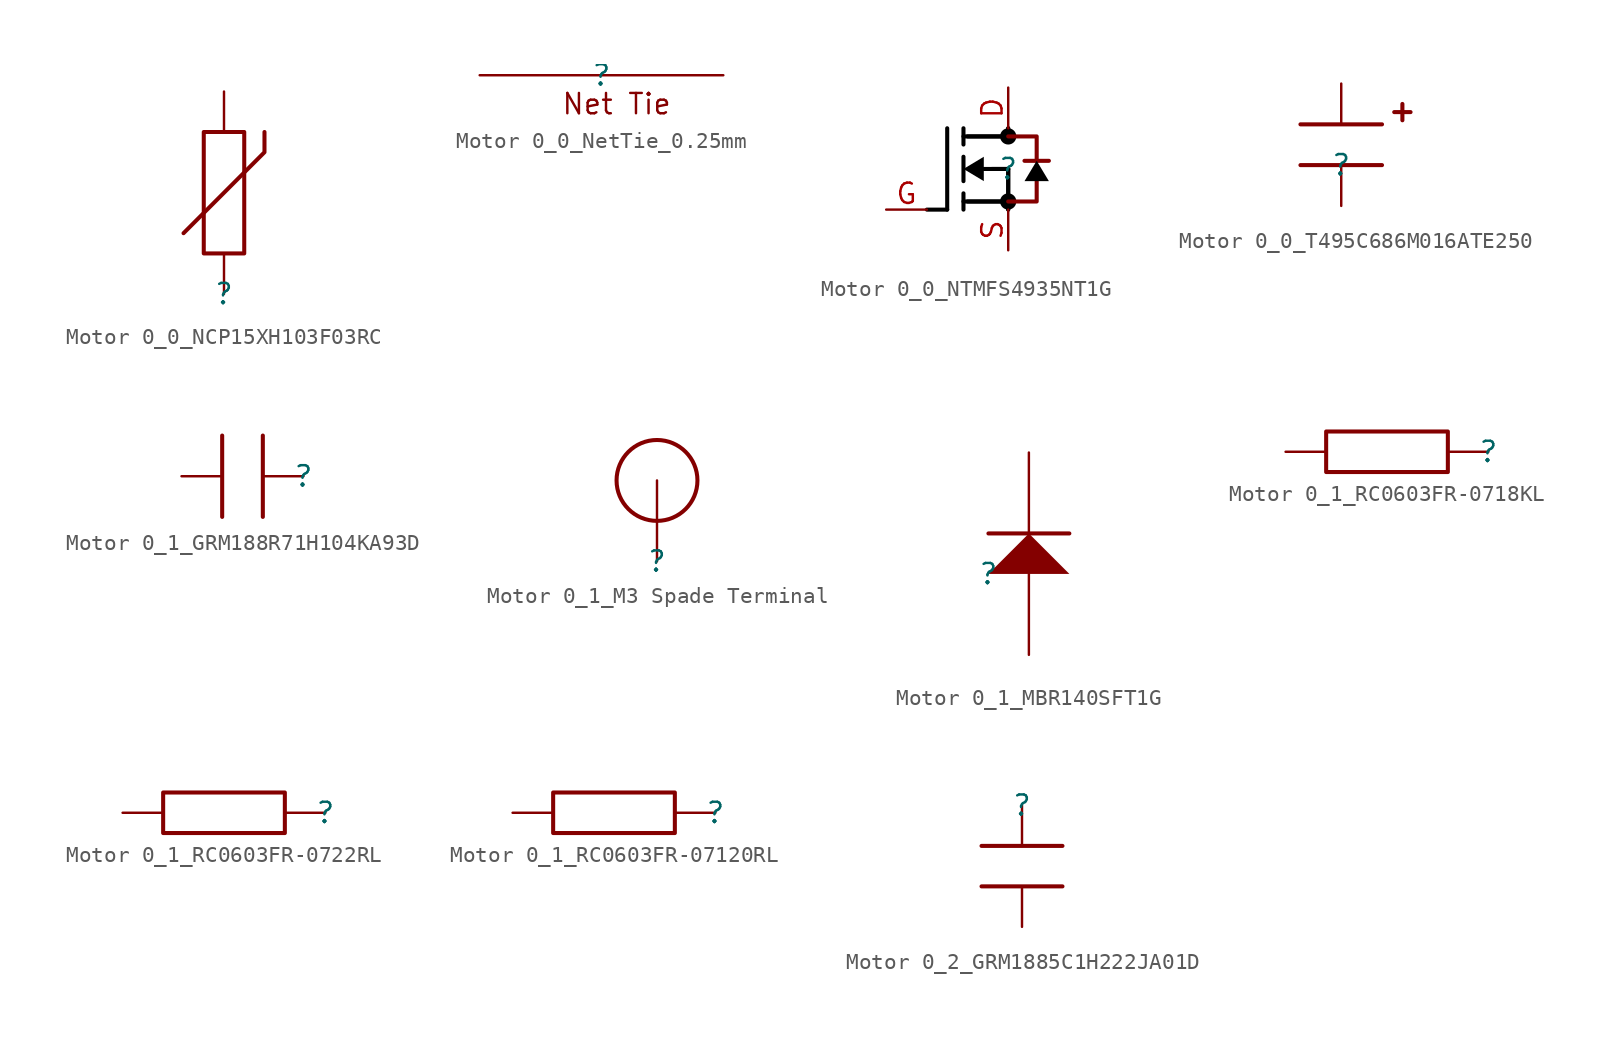
<source format=kicad_sym>
(kicad_symbol_lib
  (version 20231120)
  (generator "kicad_symbol_editor")
  (generator_version "8.0")
  (symbol "Motor 0_0_NCP15XH103F03RC"
    (property "Reference" ""
      (at 0 0 0)
      (effects (font (size 1.27 1.27))))
    (property "Value" ""
      (at 0 0 0)
      (effects (font (size 1.27 1.27))))
    (symbol "Motor 0_0_NCP15XH103F03RC_1_0"
      (polyline (pts (xy -2.54 3.81) (xy 2.54 8.89) (xy 2.54 10.16)) (stroke (width 0.254) (type solid)) (fill (type none)))
      (polyline (pts (xy 1.27 2.54) (xy -1.27 2.54) (xy -1.27 10.16) (xy 1.27 10.16) (xy 1.27 2.54)) (stroke (width 0.254) (type solid)) (fill (type none)))
      (pin passive line (at 0 0 90) (length 2.54) (name "0" (effects (font (size 0 0)))) (number "1" (effects (font (size 0 0)))))
      (pin passive line (at 0 12.7 270) (length 2.54) (name "0" (effects (font (size 0 0)))) (number "2" (effects (font (size 0 0)))))))
  (symbol "Motor 0_0_NetTie_0.25mm"
    (property "Reference" ""
      (at 0 0 0)
      (effects (font (size 1.27 1.27))))
    (property "Value" ""
      (at 0 0 0)
      (effects (font (size 1.27 1.27))))
    (symbol "Motor 0_0_NetTie_0.25mm_1_0"
      (text "Net Tie" (at -2.54 -2.54 0) (effects (font (size 1.27 1.27)) (justify left bottom)))
      (pin passive line (at -7.62 0 0) (length 7.62) (name "" (effects (font (size 0 0)))) (number "1" (effects (font (size 0 0)))))
      (pin passive line (at 7.62 0 180) (length 7.62) (name "" (effects (font (size 0 0)))) (number "2" (effects (font (size 0 0)))))))
  (symbol "Motor 0_0_NTMFS4935NT1G"
    (property "Reference" ""
      (at 0 0 0)
      (effects (font (size 1.27 1.27))))
    (property "Value" ""
      (at 0 0 0)
      (effects (font (size 1.27 1.27))))
    (symbol "Motor 0_0_NTMFS4935NT1G_1_0"
      (circle (center 0 -2.032) (radius 0.508) (stroke (width -0.0001) (type solid) (color 0 0 0 1)) (fill (type outline)))
      (polyline (pts (xy -5.08 -2.54) (xy -3.81 -2.54)) (stroke (width 0.254) (type solid) (color 0 0 0 1)) (fill (type none)))
      (polyline (pts (xy -3.81 -2.54) (xy -3.81 2.54)) (stroke (width 0.254) (type solid) (color 0 0 0 1)) (fill (type none)))
      (polyline (pts (xy -2.794 -2.032) (xy 0 -2.032)) (stroke (width 0.254) (type solid) (color 0 0 0 1)) (fill (type none)))
      (polyline (pts (xy -2.794 -1.524) (xy -2.794 -2.54)) (stroke (width 0.254) (type solid) (color 0 0 0 1)) (fill (type none)))
      (polyline (pts (xy -2.794 0.762) (xy -2.794 -0.762)) (stroke (width 0.254) (type solid) (color 0 0 0 1)) (fill (type none)))
      (polyline (pts (xy -2.794 2.54) (xy -2.794 1.524)) (stroke (width 0.254) (type solid) (color 0 0 0 1)) (fill (type none)))
      (polyline (pts (xy -2.54 -2.032) (xy -0.254 -2.032)) (stroke (width 0.254) (type solid) (color 0 0 0 1)) (fill (type none)))
      (polyline (pts (xy -1.524 0) (xy 0 0)) (stroke (width 0.254) (type solid) (color 0 0 0 1)) (fill (type none)))
      (polyline (pts (xy -1.016 0) (xy 0 0)) (stroke (width 0.254) (type solid) (color 0 0 0 1)) (fill (type none)))
      (polyline (pts (xy 0 0) (xy 0 -2.54)) (stroke (width 0.254) (type solid) (color 0 0 0 1)) (fill (type none)))
      (polyline (pts (xy 0 0) (xy 0 -2.54)) (stroke (width 0.254) (type solid) (color 0 0 0 1)) (fill (type none)))
      (polyline (pts (xy 0 2.032) (xy -2.794 2.032)) (stroke (width 0.254) (type solid) (color 0 0 0 1)) (fill (type none)))
      (polyline (pts (xy 0 2.032) (xy -2.54 2.032)) (stroke (width 0.254) (type solid) (color 0 0 0 1)) (fill (type none)))
      (polyline (pts (xy 0 2.54) (xy 0 2.032)) (stroke (width 0.254) (type solid) (color 0 0 0 1)) (fill (type none)))
      (polyline (pts (xy 0 2.54) (xy 0 2.032)) (stroke (width 0.254) (type solid) (color 0 0 0 1)) (fill (type none)))
      (polyline (pts (xy 1.016 0.508) (xy 2.54 0.508)) (stroke (width 0.254) (type solid)) (fill (type none)))
      (polyline (pts (xy 0 2.032) (xy 1.778 2.032) (xy 1.778 0.508)) (stroke (width 0.254) (type solid)) (fill (type none)))
      (polyline (pts (xy 1.778 -0.762) (xy 1.778 -2.032) (xy 0 -2.032)) (stroke (width 0.254) (type solid)) (fill (type none)))
      (polyline (pts (xy -1.524 -0.762) (xy -1.524 0.762) (xy -2.794 0) (xy -1.524 -0.762)) (stroke (width -0.0001) (type solid) (color 0 0 0 1)) (fill (type outline)))
      (polyline (pts (xy 2.54 -0.762) (xy 1.016 -0.762) (xy 1.778 0.508) (xy 2.54 -0.762)) (stroke (width -0.0001) (type solid) (color 0 0 0 1)) (fill (type outline)))
      (circle (center 0 2.032) (radius 0.508) (stroke (width -0.0001) (type solid) (color 0 0 0 1)) (fill (type outline)))
      (pin passive line (at 0 5.08 270) (length 2.54) (name "D" (effects (font (size 0 0)))) (number "D" (effects (font (size 1.27 1.27)))))
      (pin passive line (at -7.62 -2.54 0) (length 2.54) (name "G" (effects (font (size 0 0)))) (number "G" (effects (font (size 1.27 1.27)))))
      (pin passive line (at 0 -5.08 90) (length 2.54) (name "S" (effects (font (size 0 0)))) (number "S" (effects (font (size 1.27 1.27)))))))
  (symbol "Motor 0_0_T495C686M016ATE250"
    (property "Reference" ""
      (at 0 0 0)
      (effects (font (size 1.27 1.27))))
    (property "Value" ""
      (at 0 0 0)
      (effects (font (size 1.27 1.27))))
    (symbol "Motor 0_0_T495C686M016ATE250_1_0"
      (polyline (pts (xy -2.54 0) (xy 2.54 0)) (stroke (width 0.254) (type solid)) (fill (type none)))
      (polyline (pts (xy -2.54 2.54) (xy 2.54 2.54)) (stroke (width 0.254) (type solid)) (fill (type none)))
      (polyline (pts (xy 3.302 3.302) (xy 4.318 3.302)) (stroke (width 0.254) (type solid)) (fill (type none)))
      (polyline (pts (xy 3.81 3.81) (xy 3.81 2.794)) (stroke (width 0.254) (type solid)) (fill (type none)))
      (pin passive line (at 0 5.08 270) (length 2.54) (name "1" (effects (font (size 0 0)))) (number "1" (effects (font (size 0 0)))))
      (pin passive line (at 0 -2.54 90) (length 2.54) (name "2" (effects (font (size 0 0)))) (number "2" (effects (font (size 0 0)))))))
  (symbol "Motor 0_1_GRM188R71H104KA93D"
    (property "Reference" ""
      (at 0 0 0)
      (effects (font (size 1.27 1.27))))
    (property "Value" ""
      (at 0 0 0)
      (effects (font (size 1.27 1.27))))
    (symbol "Motor 0_1_GRM188R71H104KA93D_1_0"
      (polyline (pts (xy -5.08 -2.54) (xy -5.08 2.54)) (stroke (width 0.254) (type solid)) (fill (type none)))
      (polyline (pts (xy -2.54 -2.54) (xy -2.54 2.54)) (stroke (width 0.254) (type solid)) (fill (type none)))
      (pin passive line (at 0 0 180) (length 2.54) (name "1" (effects (font (size 0 0)))) (number "1" (effects (font (size 0 0)))))
      (pin passive line (at -7.62 0 0) (length 2.54) (name "2" (effects (font (size 0 0)))) (number "2" (effects (font (size 0 0)))))))
  (symbol "Motor 0_1_M3 Spade Terminal"
    (property "Reference" ""
      (at 0 0 0)
      (effects (font (size 1.27 1.27))))
    (property "Value" ""
      (at 0 0 0)
      (effects (font (size 1.27 1.27))))
    (symbol "Motor 0_1_M3 Spade Terminal_1_0"
      (circle (center 0 5.08) (radius 2.538) (stroke (width 0.254) (type solid)) (fill (type none)))
      (pin passive line (at 0 0 90) (length 5.08) (name "1" (effects (font (size 0 0)))) (number "1" (effects (font (size 0 0)))))))
  (symbol "Motor 0_1_MBR140SFT1G"
    (property "Reference" ""
      (at 0 0 0)
      (effects (font (size 1.27 1.27))))
    (property "Value" ""
      (at 0 0 0)
      (effects (font (size 1.27 1.27))))
    (symbol "Motor 0_1_MBR140SFT1G_1_0"
      (polyline (pts (xy 0 2.54) (xy 5.08 2.54)) (stroke (width 0.254) (type solid)) (fill (type none)))
      (polyline (pts (xy 5.08 0) (xy 2.54 2.54) (xy 0 0) (xy 5.08 0)) (stroke (width -0.0001) (type solid)) (fill (type outline)))
      (pin passive line (at 2.54 -5.08 90) (length 5.08) (name "A" (effects (font (size 0 0)))) (number "A" (effects (font (size 0 0)))))
      (pin passive line (at 2.54 7.62 270) (length 5.08) (name "K" (effects (font (size 0 0)))) (number "K" (effects (font (size 0 0)))))))
  (symbol "Motor 0_1_RC0603FR-0718KL"
    (property "Reference" ""
      (at 0 0 0)
      (effects (font (size 1.27 1.27))))
    (property "Value" ""
      (at 0 0 0)
      (effects (font (size 1.27 1.27))))
    (symbol "Motor 0_1_RC0603FR-0718KL_1_0"
      (polyline (pts (xy -2.54 1.27) (xy -2.54 -1.27) (xy -10.16 -1.27) (xy -10.16 1.27) (xy -2.54 1.27)) (stroke (width 0.254) (type solid)) (fill (type none)))
      (pin passive line (at 0 0 180) (length 2.54) (name "0" (effects (font (size 0 0)))) (number "1" (effects (font (size 0 0)))))
      (pin passive line (at -12.7 0 0) (length 2.54) (name "0" (effects (font (size 0 0)))) (number "2" (effects (font (size 0 0)))))))
  (symbol "Motor 0_1_RC0603FR-0722RL"
    (property "Reference" ""
      (at 0 0 0)
      (effects (font (size 1.27 1.27))))
    (property "Value" ""
      (at 0 0 0)
      (effects (font (size 1.27 1.27))))
    (symbol "Motor 0_1_RC0603FR-0722RL_1_0"
      (polyline (pts (xy -2.54 1.27) (xy -2.54 -1.27) (xy -10.16 -1.27) (xy -10.16 1.27) (xy -2.54 1.27)) (stroke (width 0.254) (type solid)) (fill (type none)))
      (pin passive line (at 0 0 180) (length 2.54) (name "0" (effects (font (size 0 0)))) (number "1" (effects (font (size 0 0)))))
      (pin passive line (at -12.7 0 0) (length 2.54) (name "0" (effects (font (size 0 0)))) (number "2" (effects (font (size 0 0)))))))
  (symbol "Motor 0_1_RC0603FR-07120RL"
    (property "Reference" ""
      (at 0 0 0)
      (effects (font (size 1.27 1.27))))
    (property "Value" ""
      (at 0 0 0)
      (effects (font (size 1.27 1.27))))
    (symbol "Motor 0_1_RC0603FR-07120RL_1_0"
      (polyline (pts (xy -2.54 1.27) (xy -2.54 -1.27) (xy -10.16 -1.27) (xy -10.16 1.27) (xy -2.54 1.27)) (stroke (width 0.254) (type solid)) (fill (type none)))
      (pin passive line (at 0 0 180) (length 2.54) (name "0" (effects (font (size 0 0)))) (number "1" (effects (font (size 0 0)))))
      (pin passive line (at -12.7 0 0) (length 2.54) (name "0" (effects (font (size 0 0)))) (number "2" (effects (font (size 0 0)))))))
  (symbol "Motor 0_2_GRM1885C1H222JA01D"
    (property "Reference" ""
      (at 0 0 0)
      (effects (font (size 1.27 1.27))))
    (property "Value" ""
      (at 0 0 0)
      (effects (font (size 1.27 1.27))))
    (symbol "Motor 0_2_GRM1885C1H222JA01D_1_0"
      (polyline (pts (xy 2.54 -5.08) (xy -2.54 -5.08)) (stroke (width 0.254) (type solid)) (fill (type none)))
      (polyline (pts (xy 2.54 -2.54) (xy -2.54 -2.54)) (stroke (width 0.254) (type solid)) (fill (type none)))
      (pin passive line (at 0 0 270) (length 2.54) (name "1" (effects (font (size 0 0)))) (number "1" (effects (font (size 0 0)))))
      (pin passive line (at 0 -7.62 90) (length 2.54) (name "2" (effects (font (size 0 0)))) (number "2" (effects (font (size 0 0))))))))
</source>
